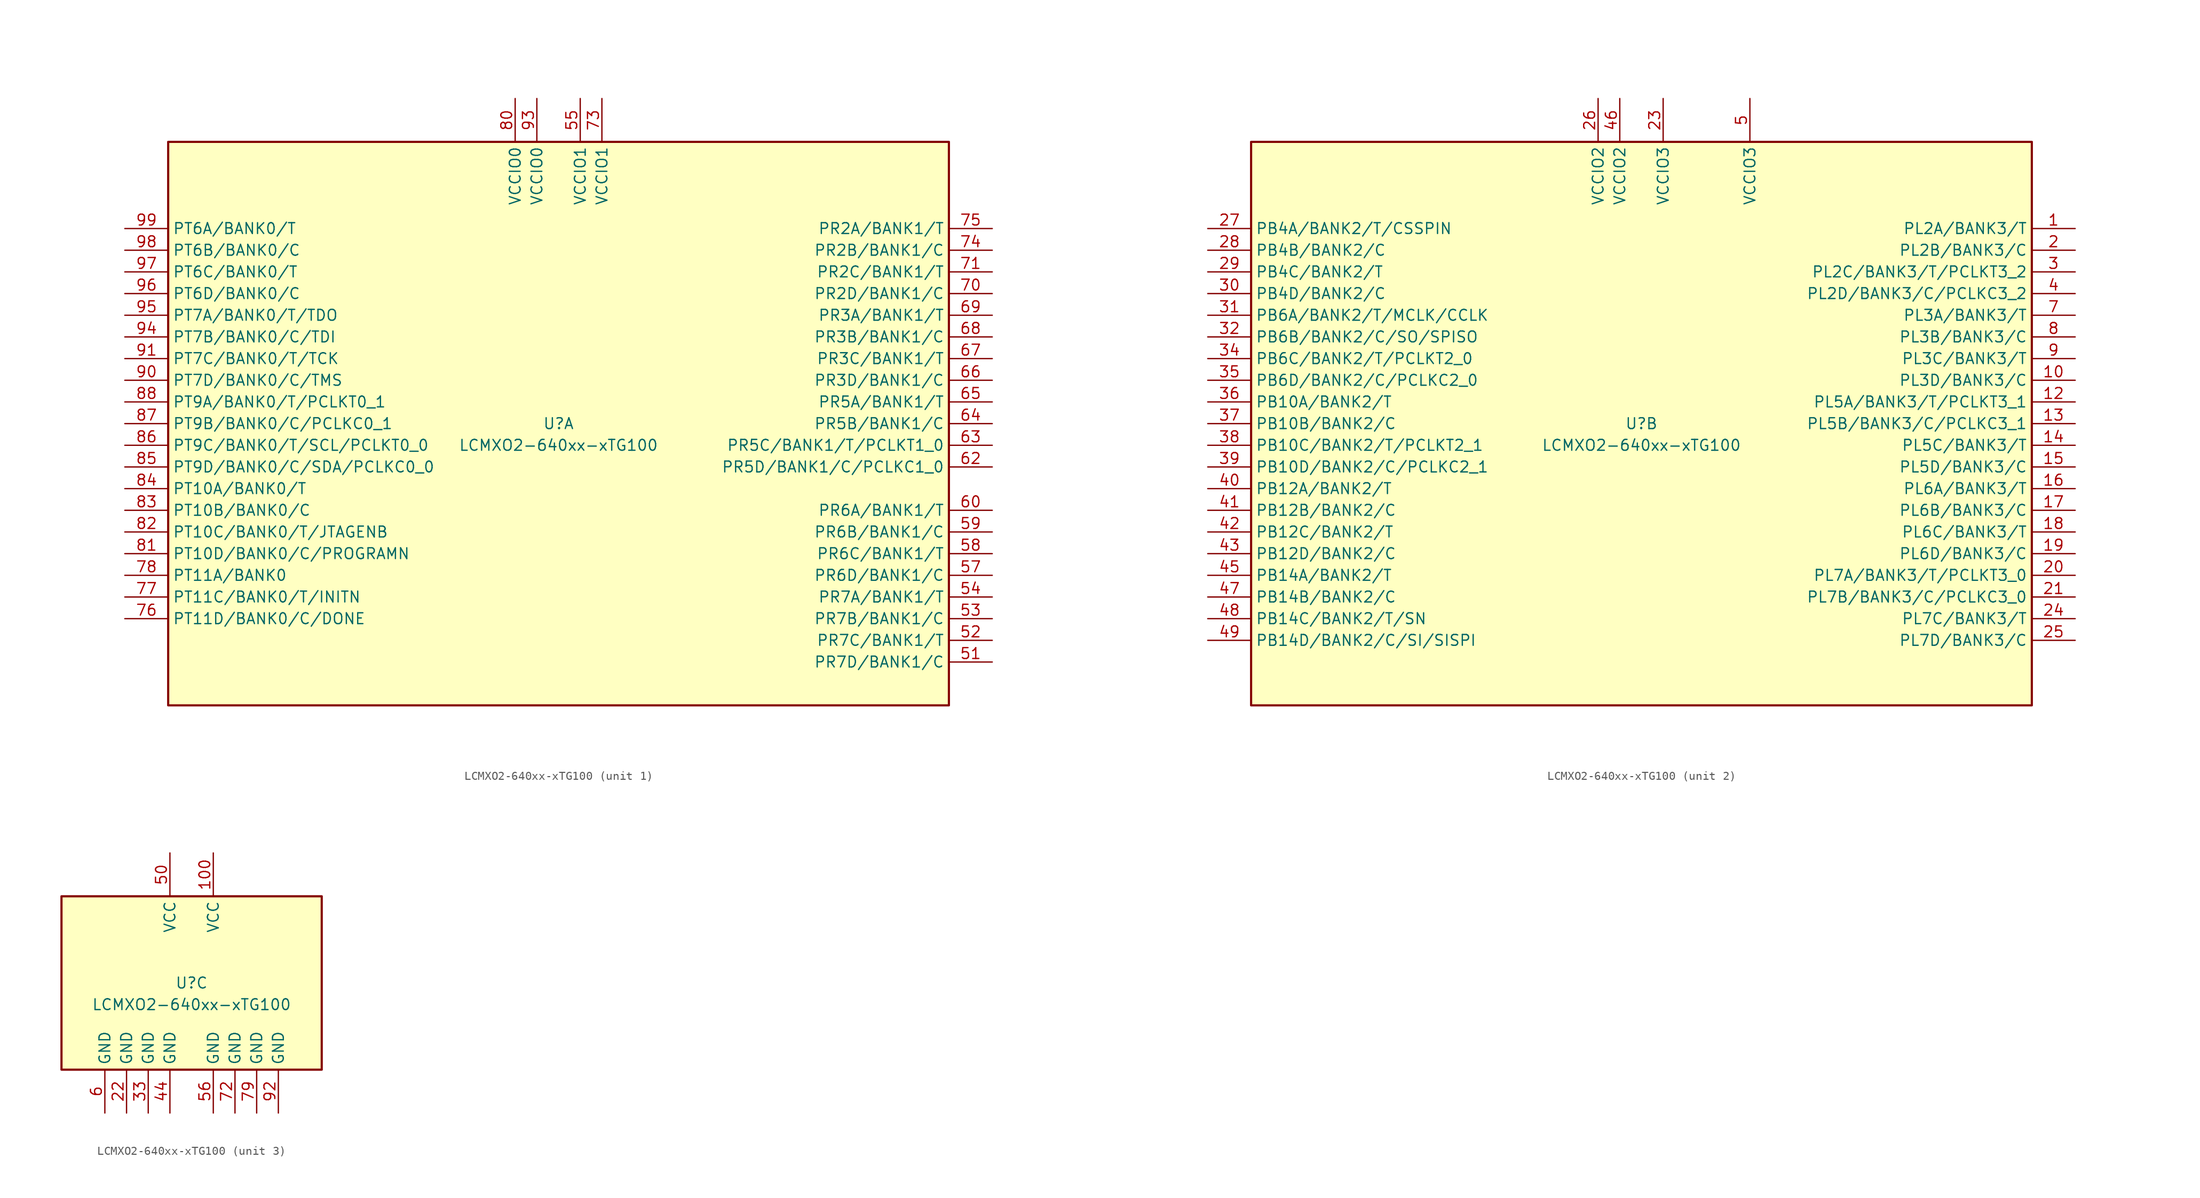
<source format=kicad_sym>
(kicad_symbol_lib
  (version 20241209)
  (generator "kicad_symbol_editor")
  (generator_version "9.0")
  (symbol "LCMXO2-640xx-xTG100"
    (property "Reference" "U"
      (at 0 0 0)
      (effects (font (size 1.27 1.27))))
    (property "Value" "LCMXO2-640xx-xTG100"
      (at 0 -2.54 0)
      (effects (font (size 1.27 1.27))))
    (property "ki_locked" ""
      (at 0 0 0)
      (effects (font (size 1.27 1.27))))
    (symbol "LCMXO2-640xx-xTG100_1_1"
      (rectangle (start -45.72 33.02) (end 45.72 -33.02) (stroke (width 0.254) (type default)) (fill (type background)))
      (pin bidirectional line (at -50.8 22.86 0) (length 5.08) (name "PT6A/BANK0/T" (effects (font (size 1.27 1.27)))) (number "99" (effects (font (size 1.27 1.27)))))
      (pin bidirectional line (at -50.8 20.32 0) (length 5.08) (name "PT6B/BANK0/C" (effects (font (size 1.27 1.27)))) (number "98" (effects (font (size 1.27 1.27)))))
      (pin bidirectional line (at -50.8 17.78 0) (length 5.08) (name "PT6C/BANK0/T" (effects (font (size 1.27 1.27)))) (number "97" (effects (font (size 1.27 1.27)))))
      (pin bidirectional line (at -50.8 15.24 0) (length 5.08) (name "PT6D/BANK0/C" (effects (font (size 1.27 1.27)))) (number "96" (effects (font (size 1.27 1.27)))))
      (pin bidirectional line (at -50.8 12.7 0) (length 5.08) (name "PT7A/BANK0/T/TDO" (effects (font (size 1.27 1.27)))) (number "95" (effects (font (size 1.27 1.27)))))
      (pin bidirectional line (at -50.8 10.16 0) (length 5.08) (name "PT7B/BANK0/C/TDI" (effects (font (size 1.27 1.27)))) (number "94" (effects (font (size 1.27 1.27)))))
      (pin bidirectional line (at -50.8 7.62 0) (length 5.08) (name "PT7C/BANK0/T/TCK" (effects (font (size 1.27 1.27)))) (number "91" (effects (font (size 1.27 1.27)))))
      (pin bidirectional line (at -50.8 5.08 0) (length 5.08) (name "PT7D/BANK0/C/TMS" (effects (font (size 1.27 1.27)))) (number "90" (effects (font (size 1.27 1.27)))))
      (pin bidirectional line (at -50.8 2.54 0) (length 5.08) (name "PT9A/BANK0/T/PCLKT0_1" (effects (font (size 1.27 1.27)))) (number "88" (effects (font (size 1.27 1.27)))))
      (pin bidirectional line (at -50.8 0 0) (length 5.08) (name "PT9B/BANK0/C/PCLKC0_1" (effects (font (size 1.27 1.27)))) (number "87" (effects (font (size 1.27 1.27)))))
      (pin bidirectional line (at -50.8 -2.54 0) (length 5.08) (name "PT9C/BANK0/T/SCL/PCLKT0_0" (effects (font (size 1.27 1.27)))) (number "86" (effects (font (size 1.27 1.27)))))
      (pin bidirectional line (at -50.8 -5.08 0) (length 5.08) (name "PT9D/BANK0/C/SDA/PCLKC0_0" (effects (font (size 1.27 1.27)))) (number "85" (effects (font (size 1.27 1.27)))))
      (pin bidirectional line (at -50.8 -7.62 0) (length 5.08) (name "PT10A/BANK0/T" (effects (font (size 1.27 1.27)))) (number "84" (effects (font (size 1.27 1.27)))))
      (pin bidirectional line (at -50.8 -10.16 0) (length 5.08) (name "PT10B/BANK0/C" (effects (font (size 1.27 1.27)))) (number "83" (effects (font (size 1.27 1.27)))))
      (pin bidirectional line (at -50.8 -12.7 0) (length 5.08) (name "PT10C/BANK0/T/JTAGENB" (effects (font (size 1.27 1.27)))) (number "82" (effects (font (size 1.27 1.27)))))
      (pin bidirectional line (at -50.8 -15.24 0) (length 5.08) (name "PT10D/BANK0/C/PROGRAMN" (effects (font (size 1.27 1.27)))) (number "81" (effects (font (size 1.27 1.27)))))
      (pin bidirectional line (at -50.8 -17.78 0) (length 5.08) (name "PT11A/BANK0" (effects (font (size 1.27 1.27)))) (number "78" (effects (font (size 1.27 1.27)))))
      (pin bidirectional line (at -50.8 -20.32 0) (length 5.08) (name "PT11C/BANK0/T/INITN" (effects (font (size 1.27 1.27)))) (number "77" (effects (font (size 1.27 1.27)))))
      (pin bidirectional line (at -50.8 -22.86 0) (length 5.08) (name "PT11D/BANK0/C/DONE" (effects (font (size 1.27 1.27)))) (number "76" (effects (font (size 1.27 1.27)))))
      (pin no_connect line (at -45.72 -25.4 0) (length 5.08) (hide yes) (name "NC" (effects (font (size 1.27 1.27)))) (number "89" (effects (font (size 1.27 1.27)))))
      (pin power_in line (at -5.08 38.1 270) (length 5.08) (name "VCCIO0" (effects (font (size 1.27 1.27)))) (number "80" (effects (font (size 1.27 1.27)))))
      (pin power_in line (at -2.54 38.1 270) (length 5.08) (name "VCCIO0" (effects (font (size 1.27 1.27)))) (number "93" (effects (font (size 1.27 1.27)))))
      (pin power_in line (at 2.54 38.1 270) (length 5.08) (name "VCCIO1" (effects (font (size 1.27 1.27)))) (number "55" (effects (font (size 1.27 1.27)))))
      (pin power_in line (at 5.08 38.1 270) (length 5.08) (name "VCCIO1" (effects (font (size 1.27 1.27)))) (number "73" (effects (font (size 1.27 1.27)))))
      (pin no_connect line (at 45.72 -7.62 180) (length 5.08) (hide yes) (name "NC" (effects (font (size 1.27 1.27)))) (number "61" (effects (font (size 1.27 1.27)))))
      (pin bidirectional line (at 50.8 22.86 180) (length 5.08) (name "PR2A/BANK1/T" (effects (font (size 1.27 1.27)))) (number "75" (effects (font (size 1.27 1.27)))))
      (pin bidirectional line (at 50.8 20.32 180) (length 5.08) (name "PR2B/BANK1/C" (effects (font (size 1.27 1.27)))) (number "74" (effects (font (size 1.27 1.27)))))
      (pin bidirectional line (at 50.8 17.78 180) (length 5.08) (name "PR2C/BANK1/T" (effects (font (size 1.27 1.27)))) (number "71" (effects (font (size 1.27 1.27)))))
      (pin bidirectional line (at 50.8 15.24 180) (length 5.08) (name "PR2D/BANK1/C" (effects (font (size 1.27 1.27)))) (number "70" (effects (font (size 1.27 1.27)))))
      (pin bidirectional line (at 50.8 12.7 180) (length 5.08) (name "PR3A/BANK1/T" (effects (font (size 1.27 1.27)))) (number "69" (effects (font (size 1.27 1.27)))))
      (pin bidirectional line (at 50.8 10.16 180) (length 5.08) (name "PR3B/BANK1/C" (effects (font (size 1.27 1.27)))) (number "68" (effects (font (size 1.27 1.27)))))
      (pin bidirectional line (at 50.8 7.62 180) (length 5.08) (name "PR3C/BANK1/T" (effects (font (size 1.27 1.27)))) (number "67" (effects (font (size 1.27 1.27)))))
      (pin bidirectional line (at 50.8 5.08 180) (length 5.08) (name "PR3D/BANK1/C" (effects (font (size 1.27 1.27)))) (number "66" (effects (font (size 1.27 1.27)))))
      (pin bidirectional line (at 50.8 2.54 180) (length 5.08) (name "PR5A/BANK1/T" (effects (font (size 1.27 1.27)))) (number "65" (effects (font (size 1.27 1.27)))))
      (pin bidirectional line (at 50.8 0 180) (length 5.08) (name "PR5B/BANK1/C" (effects (font (size 1.27 1.27)))) (number "64" (effects (font (size 1.27 1.27)))))
      (pin bidirectional line (at 50.8 -2.54 180) (length 5.08) (name "PR5C/BANK1/T/PCLKT1_0" (effects (font (size 1.27 1.27)))) (number "63" (effects (font (size 1.27 1.27)))))
      (pin bidirectional line (at 50.8 -5.08 180) (length 5.08) (name "PR5D/BANK1/C/PCLKC1_0" (effects (font (size 1.27 1.27)))) (number "62" (effects (font (size 1.27 1.27)))))
      (pin bidirectional line (at 50.8 -10.16 180) (length 5.08) (name "PR6A/BANK1/T" (effects (font (size 1.27 1.27)))) (number "60" (effects (font (size 1.27 1.27)))))
      (pin bidirectional line (at 50.8 -12.7 180) (length 5.08) (name "PR6B/BANK1/C" (effects (font (size 1.27 1.27)))) (number "59" (effects (font (size 1.27 1.27)))))
      (pin bidirectional line (at 50.8 -15.24 180) (length 5.08) (name "PR6C/BANK1/T" (effects (font (size 1.27 1.27)))) (number "58" (effects (font (size 1.27 1.27)))))
      (pin bidirectional line (at 50.8 -17.78 180) (length 5.08) (name "PR6D/BANK1/C" (effects (font (size 1.27 1.27)))) (number "57" (effects (font (size 1.27 1.27)))))
      (pin bidirectional line (at 50.8 -20.32 180) (length 5.08) (name "PR7A/BANK1/T" (effects (font (size 1.27 1.27)))) (number "54" (effects (font (size 1.27 1.27)))))
      (pin bidirectional line (at 50.8 -22.86 180) (length 5.08) (name "PR7B/BANK1/C" (effects (font (size 1.27 1.27)))) (number "53" (effects (font (size 1.27 1.27)))))
      (pin bidirectional line (at 50.8 -25.4 180) (length 5.08) (name "PR7C/BANK1/T" (effects (font (size 1.27 1.27)))) (number "52" (effects (font (size 1.27 1.27)))))
      (pin bidirectional line (at 50.8 -27.94 180) (length 5.08) (name "PR7D/BANK1/C" (effects (font (size 1.27 1.27)))) (number "51" (effects (font (size 1.27 1.27))))))
    (symbol "LCMXO2-640xx-xTG100_2_1"
      (rectangle (start -45.72 33.02) (end 45.72 -33.02) (stroke (width 0.254) (type default)) (fill (type background)))
      (pin bidirectional line (at -50.8 22.86 0) (length 5.08) (name "PB4A/BANK2/T/CSSPIN" (effects (font (size 1.27 1.27)))) (number "27" (effects (font (size 1.27 1.27)))))
      (pin bidirectional line (at -50.8 20.32 0) (length 5.08) (name "PB4B/BANK2/C" (effects (font (size 1.27 1.27)))) (number "28" (effects (font (size 1.27 1.27)))))
      (pin bidirectional line (at -50.8 17.78 0) (length 5.08) (name "PB4C/BANK2/T" (effects (font (size 1.27 1.27)))) (number "29" (effects (font (size 1.27 1.27)))))
      (pin bidirectional line (at -50.8 15.24 0) (length 5.08) (name "PB4D/BANK2/C" (effects (font (size 1.27 1.27)))) (number "30" (effects (font (size 1.27 1.27)))))
      (pin bidirectional line (at -50.8 12.7 0) (length 5.08) (name "PB6A/BANK2/T/MCLK/CCLK" (effects (font (size 1.27 1.27)))) (number "31" (effects (font (size 1.27 1.27)))))
      (pin bidirectional line (at -50.8 10.16 0) (length 5.08) (name "PB6B/BANK2/C/SO/SPISO" (effects (font (size 1.27 1.27)))) (number "32" (effects (font (size 1.27 1.27)))))
      (pin bidirectional line (at -50.8 7.62 0) (length 5.08) (name "PB6C/BANK2/T/PCLKT2_0" (effects (font (size 1.27 1.27)))) (number "34" (effects (font (size 1.27 1.27)))))
      (pin bidirectional line (at -50.8 5.08 0) (length 5.08) (name "PB6D/BANK2/C/PCLKC2_0" (effects (font (size 1.27 1.27)))) (number "35" (effects (font (size 1.27 1.27)))))
      (pin bidirectional line (at -50.8 2.54 0) (length 5.08) (name "PB10A/BANK2/T" (effects (font (size 1.27 1.27)))) (number "36" (effects (font (size 1.27 1.27)))))
      (pin bidirectional line (at -50.8 0 0) (length 5.08) (name "PB10B/BANK2/C" (effects (font (size 1.27 1.27)))) (number "37" (effects (font (size 1.27 1.27)))))
      (pin bidirectional line (at -50.8 -2.54 0) (length 5.08) (name "PB10C/BANK2/T/PCLKT2_1" (effects (font (size 1.27 1.27)))) (number "38" (effects (font (size 1.27 1.27)))))
      (pin bidirectional line (at -50.8 -5.08 0) (length 5.08) (name "PB10D/BANK2/C/PCLKC2_1" (effects (font (size 1.27 1.27)))) (number "39" (effects (font (size 1.27 1.27)))))
      (pin bidirectional line (at -50.8 -7.62 0) (length 5.08) (name "PB12A/BANK2/T" (effects (font (size 1.27 1.27)))) (number "40" (effects (font (size 1.27 1.27)))))
      (pin bidirectional line (at -50.8 -10.16 0) (length 5.08) (name "PB12B/BANK2/C" (effects (font (size 1.27 1.27)))) (number "41" (effects (font (size 1.27 1.27)))))
      (pin bidirectional line (at -50.8 -12.7 0) (length 5.08) (name "PB12C/BANK2/T" (effects (font (size 1.27 1.27)))) (number "42" (effects (font (size 1.27 1.27)))))
      (pin bidirectional line (at -50.8 -15.24 0) (length 5.08) (name "PB12D/BANK2/C" (effects (font (size 1.27 1.27)))) (number "43" (effects (font (size 1.27 1.27)))))
      (pin bidirectional line (at -50.8 -17.78 0) (length 5.08) (name "PB14A/BANK2/T" (effects (font (size 1.27 1.27)))) (number "45" (effects (font (size 1.27 1.27)))))
      (pin bidirectional line (at -50.8 -20.32 0) (length 5.08) (name "PB14B/BANK2/C" (effects (font (size 1.27 1.27)))) (number "47" (effects (font (size 1.27 1.27)))))
      (pin bidirectional line (at -50.8 -22.86 0) (length 5.08) (name "PB14C/BANK2/T/SN" (effects (font (size 1.27 1.27)))) (number "48" (effects (font (size 1.27 1.27)))))
      (pin bidirectional line (at -50.8 -25.4 0) (length 5.08) (name "PB14D/BANK2/C/SI/SISPI" (effects (font (size 1.27 1.27)))) (number "49" (effects (font (size 1.27 1.27)))))
      (pin power_in line (at -5.08 38.1 270) (length 5.08) (name "VCCIO2" (effects (font (size 1.27 1.27)))) (number "26" (effects (font (size 1.27 1.27)))))
      (pin power_in line (at -2.54 38.1 270) (length 5.08) (name "VCCIO2" (effects (font (size 1.27 1.27)))) (number "46" (effects (font (size 1.27 1.27)))))
      (pin power_in line (at 2.54 38.1 270) (length 5.08) (name "VCCIO3" (effects (font (size 1.27 1.27)))) (number "23" (effects (font (size 1.27 1.27)))))
      (pin no_connect line (at 7.62 33.02 270) (length 5.08) (hide yes) (name "NC" (effects (font (size 1.27 1.27)))) (number "11" (effects (font (size 1.27 1.27)))))
      (pin power_in line (at 12.7 38.1 270) (length 5.08) (name "VCCIO3" (effects (font (size 1.27 1.27)))) (number "5" (effects (font (size 1.27 1.27)))))
      (pin bidirectional line (at 50.8 22.86 180) (length 5.08) (name "PL2A/BANK3/T" (effects (font (size 1.27 1.27)))) (number "1" (effects (font (size 1.27 1.27)))))
      (pin bidirectional line (at 50.8 20.32 180) (length 5.08) (name "PL2B/BANK3/C" (effects (font (size 1.27 1.27)))) (number "2" (effects (font (size 1.27 1.27)))))
      (pin bidirectional line (at 50.8 17.78 180) (length 5.08) (name "PL2C/BANK3/T/PCLKT3_2" (effects (font (size 1.27 1.27)))) (number "3" (effects (font (size 1.27 1.27)))))
      (pin bidirectional line (at 50.8 15.24 180) (length 5.08) (name "PL2D/BANK3/C/PCLKC3_2" (effects (font (size 1.27 1.27)))) (number "4" (effects (font (size 1.27 1.27)))))
      (pin bidirectional line (at 50.8 12.7 180) (length 5.08) (name "PL3A/BANK3/T" (effects (font (size 1.27 1.27)))) (number "7" (effects (font (size 1.27 1.27)))))
      (pin bidirectional line (at 50.8 10.16 180) (length 5.08) (name "PL3B/BANK3/C" (effects (font (size 1.27 1.27)))) (number "8" (effects (font (size 1.27 1.27)))))
      (pin bidirectional line (at 50.8 7.62 180) (length 5.08) (name "PL3C/BANK3/T" (effects (font (size 1.27 1.27)))) (number "9" (effects (font (size 1.27 1.27)))))
      (pin bidirectional line (at 50.8 5.08 180) (length 5.08) (name "PL3D/BANK3/C" (effects (font (size 1.27 1.27)))) (number "10" (effects (font (size 1.27 1.27)))))
      (pin bidirectional line (at 50.8 2.54 180) (length 5.08) (name "PL5A/BANK3/T/PCLKT3_1" (effects (font (size 1.27 1.27)))) (number "12" (effects (font (size 1.27 1.27)))))
      (pin bidirectional line (at 50.8 0 180) (length 5.08) (name "PL5B/BANK3/C/PCLKC3_1" (effects (font (size 1.27 1.27)))) (number "13" (effects (font (size 1.27 1.27)))))
      (pin bidirectional line (at 50.8 -2.54 180) (length 5.08) (name "PL5C/BANK3/T" (effects (font (size 1.27 1.27)))) (number "14" (effects (font (size 1.27 1.27)))))
      (pin bidirectional line (at 50.8 -5.08 180) (length 5.08) (name "PL5D/BANK3/C" (effects (font (size 1.27 1.27)))) (number "15" (effects (font (size 1.27 1.27)))))
      (pin bidirectional line (at 50.8 -7.62 180) (length 5.08) (name "PL6A/BANK3/T" (effects (font (size 1.27 1.27)))) (number "16" (effects (font (size 1.27 1.27)))))
      (pin bidirectional line (at 50.8 -10.16 180) (length 5.08) (name "PL6B/BANK3/C" (effects (font (size 1.27 1.27)))) (number "17" (effects (font (size 1.27 1.27)))))
      (pin bidirectional line (at 50.8 -12.7 180) (length 5.08) (name "PL6C/BANK3/T" (effects (font (size 1.27 1.27)))) (number "18" (effects (font (size 1.27 1.27)))))
      (pin bidirectional line (at 50.8 -15.24 180) (length 5.08) (name "PL6D/BANK3/C" (effects (font (size 1.27 1.27)))) (number "19" (effects (font (size 1.27 1.27)))))
      (pin bidirectional line (at 50.8 -17.78 180) (length 5.08) (name "PL7A/BANK3/T/PCLKT3_0" (effects (font (size 1.27 1.27)))) (number "20" (effects (font (size 1.27 1.27)))))
      (pin bidirectional line (at 50.8 -20.32 180) (length 5.08) (name "PL7B/BANK3/C/PCLKC3_0" (effects (font (size 1.27 1.27)))) (number "21" (effects (font (size 1.27 1.27)))))
      (pin bidirectional line (at 50.8 -22.86 180) (length 5.08) (name "PL7C/BANK3/T" (effects (font (size 1.27 1.27)))) (number "24" (effects (font (size 1.27 1.27)))))
      (pin bidirectional line (at 50.8 -25.4 180) (length 5.08) (name "PL7D/BANK3/C" (effects (font (size 1.27 1.27)))) (number "25" (effects (font (size 1.27 1.27))))))
    (symbol "LCMXO2-640xx-xTG100_3_1"
      (rectangle (start -15.24 10.16) (end 15.24 -10.16) (stroke (width 0.254) (type default)) (fill (type background)))
      (pin power_in line (at -10.16 -15.24 90) (length 5.08) (name "GND" (effects (font (size 1.27 1.27)))) (number "6" (effects (font (size 1.27 1.27)))))
      (pin power_in line (at -7.62 -15.24 90) (length 5.08) (name "GND" (effects (font (size 1.27 1.27)))) (number "22" (effects (font (size 1.27 1.27)))))
      (pin power_in line (at -5.08 -15.24 90) (length 5.08) (name "GND" (effects (font (size 1.27 1.27)))) (number "33" (effects (font (size 1.27 1.27)))))
      (pin power_in line (at -2.54 15.24 270) (length 5.08) (name "VCC" (effects (font (size 1.27 1.27)))) (number "50" (effects (font (size 1.27 1.27)))))
      (pin power_in line (at -2.54 -15.24 90) (length 5.08) (name "GND" (effects (font (size 1.27 1.27)))) (number "44" (effects (font (size 1.27 1.27)))))
      (pin power_in line (at 2.54 15.24 270) (length 5.08) (name "VCC" (effects (font (size 1.27 1.27)))) (number "100" (effects (font (size 1.27 1.27)))))
      (pin power_in line (at 2.54 -15.24 90) (length 5.08) (name "GND" (effects (font (size 1.27 1.27)))) (number "56" (effects (font (size 1.27 1.27)))))
      (pin power_in line (at 5.08 -15.24 90) (length 5.08) (name "GND" (effects (font (size 1.27 1.27)))) (number "72" (effects (font (size 1.27 1.27)))))
      (pin power_in line (at 7.62 -15.24 90) (length 5.08) (name "GND" (effects (font (size 1.27 1.27)))) (number "79" (effects (font (size 1.27 1.27)))))
      (pin power_in line (at 10.16 -15.24 90) (length 5.08) (name "GND" (effects (font (size 1.27 1.27)))) (number "92" (effects (font (size 1.27 1.27))))))))
</source>
